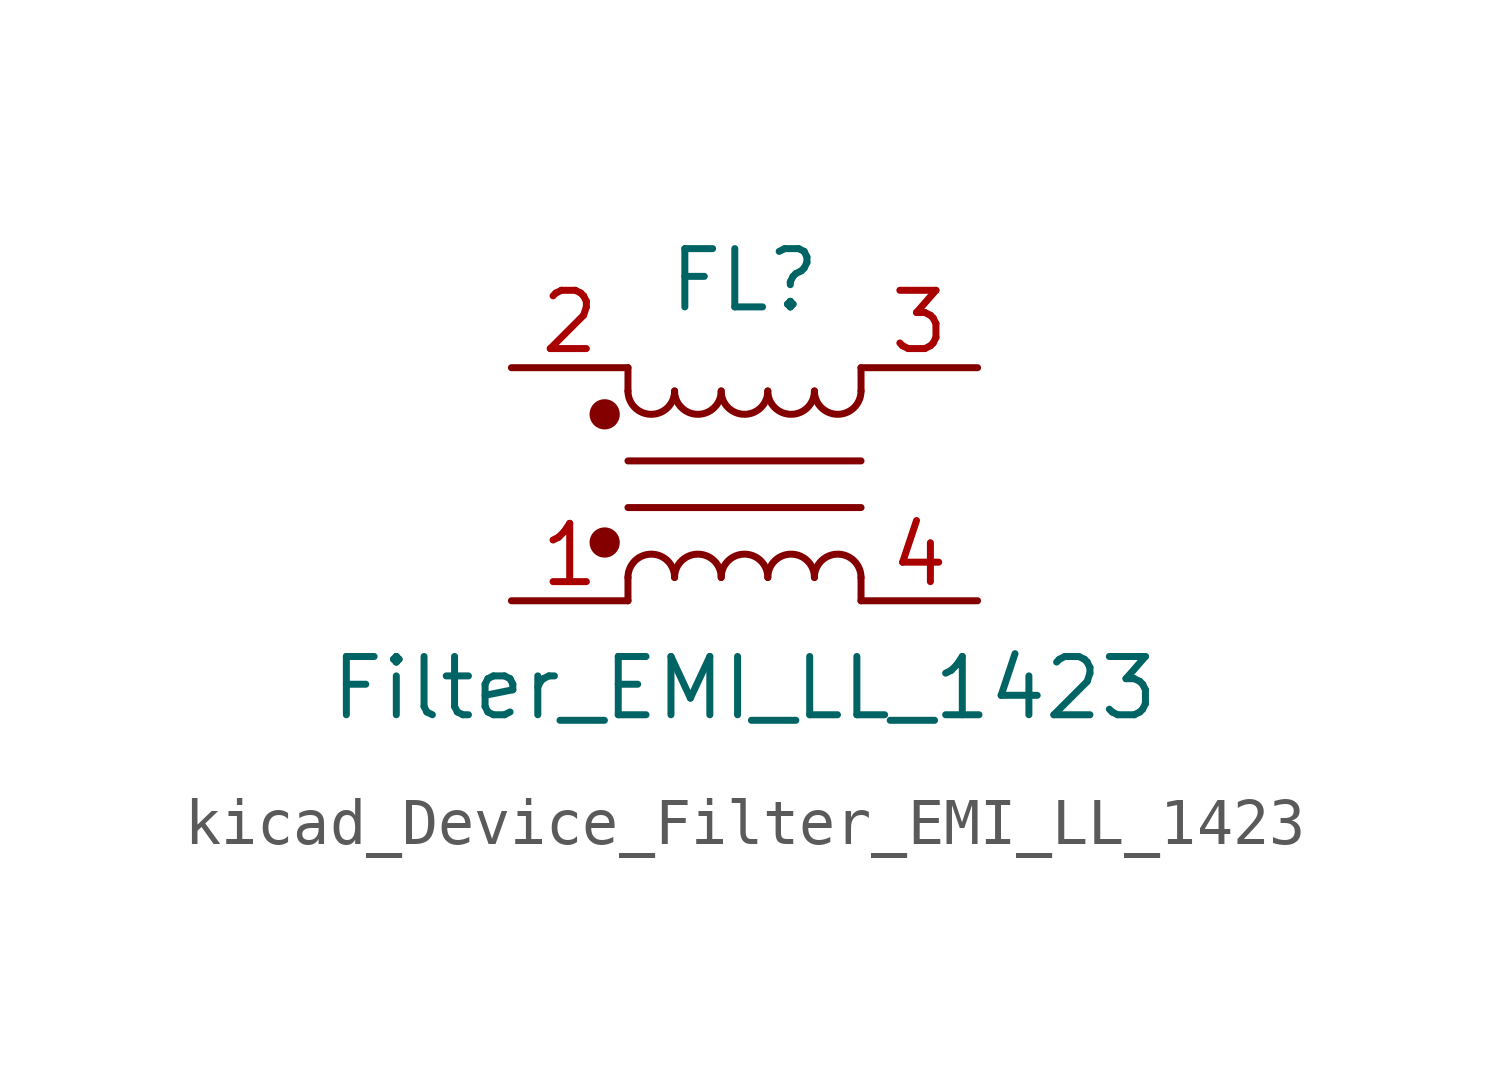
<source format=kicad_sym>
(kicad_symbol_lib
  (version 20220914)
  (generator kicad_symbol_editor)
  (symbol "kicad_Device_Filter_EMI_LL_1423"
    (pin_names hide)
    (property "Reference" "FL"
      (at 0 4.445 0)
      (effects (font (size 1.27 1.27))))
    (property "Value" "Filter_EMI_LL_1423"
      (at 0 -4.445 0)
      (effects (font (size 1.27 1.27))))
    (symbol "kicad_Device_Filter_EMI_LL_1423_0_1"
      (circle (center -3.048 -1.27) (radius 0.254) (stroke (width 0) (type default)) (fill (type outline)))
      (circle (center -3.048 1.524) (radius 0.254) (stroke (width 0) (type default)) (fill (type outline)))
      (arc (start -2.54 2.032) (mid -2.032 1.5262) (end -1.524 2.032) (stroke (width 0) (type default)) (fill (type none)))
      (arc (start -1.524 -2.032) (mid -2.032 -1.5262) (end -2.54 -2.032) (stroke (width 0) (type default)) (fill (type none)))
      (arc (start -1.524 2.032) (mid -1.016 1.5262) (end -0.508 2.032) (stroke (width 0) (type default)) (fill (type none)))
      (arc (start -0.508 -2.032) (mid -1.016 -1.5262) (end -1.524 -2.032) (stroke (width 0) (type default)) (fill (type none)))
      (arc (start -0.508 2.032) (mid 0 1.5262) (end 0.508 2.032) (stroke (width 0) (type default)) (fill (type none)))
      (polyline (pts (xy -2.54 -2.032) (xy -2.54 -2.54)) (stroke (width 0) (type default)) (fill (type none)))
      (polyline (pts (xy -2.54 0.508) (xy 2.54 0.508)) (stroke (width 0) (type default)) (fill (type none)))
      (polyline (pts (xy -2.54 2.032) (xy -2.54 2.54)) (stroke (width 0) (type default)) (fill (type none)))
      (polyline (pts (xy 2.54 -2.032) (xy 2.54 -2.54)) (stroke (width 0) (type default)) (fill (type none)))
      (polyline (pts (xy 2.54 -0.508) (xy -2.54 -0.508)) (stroke (width 0) (type default)) (fill (type none)))
      (polyline (pts (xy 2.54 2.54) (xy 2.54 2.032)) (stroke (width 0) (type default)) (fill (type none)))
      (arc (start 0.508 -2.032) (mid 0 -1.5262) (end -0.508 -2.032) (stroke (width 0) (type default)) (fill (type none)))
      (arc (start 0.508 2.032) (mid 1.016 1.5262) (end 1.524 2.032) (stroke (width 0) (type default)) (fill (type none)))
      (arc (start 1.524 -2.032) (mid 1.016 -1.5262) (end 0.508 -2.032) (stroke (width 0) (type default)) (fill (type none)))
      (arc (start 1.524 2.032) (mid 2.032 1.5262) (end 2.54 2.032) (stroke (width 0) (type default)) (fill (type none)))
      (arc (start 2.54 -2.032) (mid 2.032 -1.5262) (end 1.524 -2.032) (stroke (width 0) (type default)) (fill (type none))))
    (symbol "kicad_Device_Filter_EMI_LL_1423_1_1"
      (pin passive line (at -5.08 -2.54 0) (length 2.54) (name "1" (effects (font (size 1.27 1.27)))) (number "1" (effects (font (size 1.27 1.27)))))
      (pin passive line (at -5.08 2.54 0) (length 2.54) (name "2" (effects (font (size 1.27 1.27)))) (number "2" (effects (font (size 1.27 1.27)))))
      (pin passive line (at 5.08 2.54 180) (length 2.54) (name "3" (effects (font (size 1.27 1.27)))) (number "3" (effects (font (size 1.27 1.27)))))
      (pin passive line (at 5.08 -2.54 180) (length 2.54) (name "4" (effects (font (size 1.27 1.27)))) (number "4" (effects (font (size 1.27 1.27))))))))
</source>
